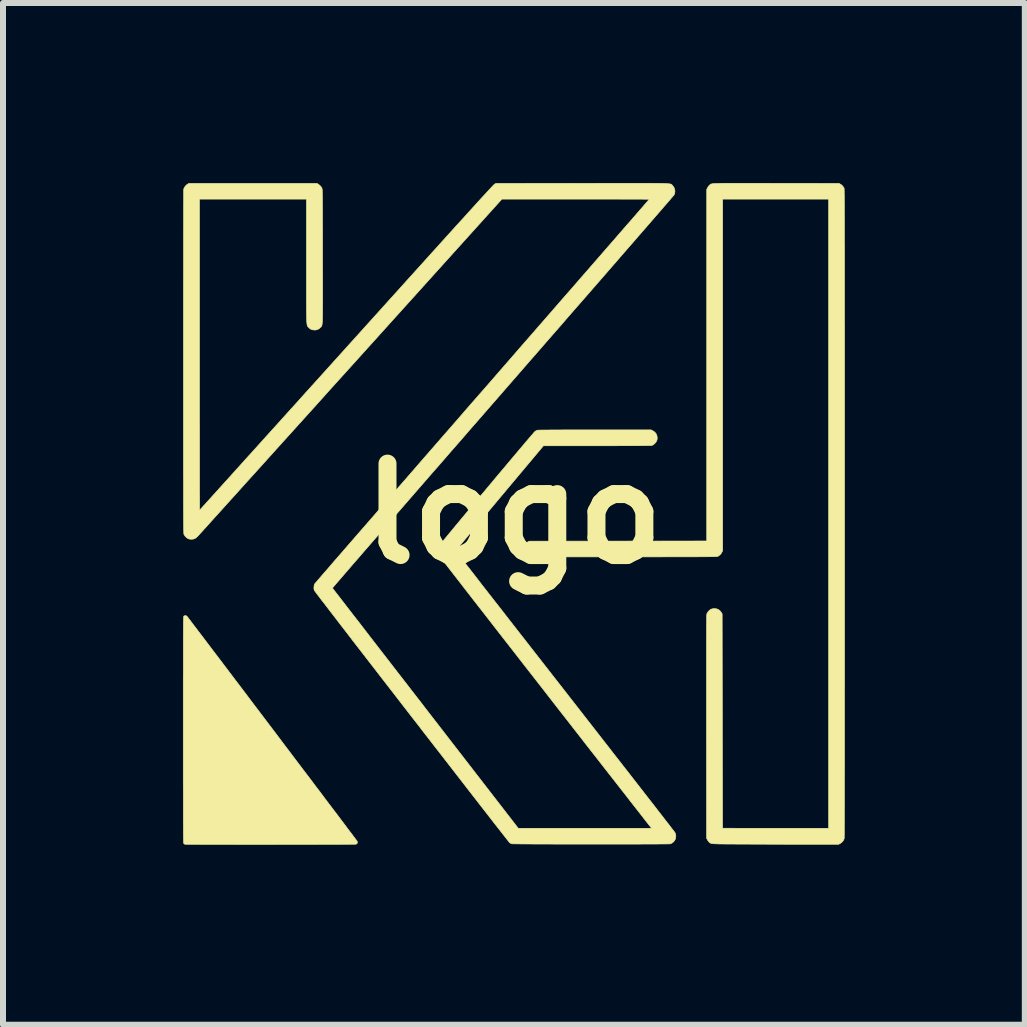
<source format=kicad_pcb>
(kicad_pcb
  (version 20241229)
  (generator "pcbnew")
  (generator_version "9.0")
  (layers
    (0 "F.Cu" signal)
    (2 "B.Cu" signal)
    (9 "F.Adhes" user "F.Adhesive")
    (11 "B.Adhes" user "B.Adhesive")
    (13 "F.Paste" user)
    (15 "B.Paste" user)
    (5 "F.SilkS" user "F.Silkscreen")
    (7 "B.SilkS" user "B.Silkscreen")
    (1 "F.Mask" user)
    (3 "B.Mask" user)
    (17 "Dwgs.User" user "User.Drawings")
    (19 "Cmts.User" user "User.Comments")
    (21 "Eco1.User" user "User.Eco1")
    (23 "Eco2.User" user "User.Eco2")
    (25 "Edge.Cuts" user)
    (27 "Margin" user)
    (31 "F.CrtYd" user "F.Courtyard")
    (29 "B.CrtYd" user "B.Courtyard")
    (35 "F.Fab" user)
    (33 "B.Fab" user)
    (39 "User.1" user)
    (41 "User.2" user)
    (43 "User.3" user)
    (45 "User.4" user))
  (footprint "logo"
    (layer "F.Cu")
    (at 5.514 5.513)
    (property "Reference" "logo" (at 0 0 0) (layer "F.SilkS") (effects (font (size 1.524 1.524) (thickness 0.3))))
    (attr through_hole)
    (fp_poly (pts (xy -5.465 1.7) (xy -5.449 1.708) (xy -5.447 1.711) (xy -5.443 1.716) (xy -5.432 1.729) (xy -5.416 1.751) (xy -5.394 1.779) (xy -5.367 1.815) (xy -5.335 1.858) (xy -5.297 1.907) (xy -5.256 1.962) (xy -5.209 2.023) (xy -5.159 2.089) (xy -5.105 2.161) (xy -5.047 2.237) (xy -4.986 2.318) (xy -4.921 2.403) (xy -4.854 2.491) (xy -4.784 2.584) (xy -4.712 2.679) (xy -4.638 2.777) (xy -4.561 2.878) (xy -4.483 2.981) (xy -4.404 3.086) (xy -4.324 3.192) (xy -4.242 3.3) (xy -4.16 3.408) (xy -4.078 3.517) (xy -3.995 3.626) (xy -3.913 3.735) (xy -3.831 3.844) (xy -3.749 3.952) (xy -3.669 4.058) (xy -3.589 4.164) (xy -3.511 4.267) (xy -3.434 4.368) (xy -3.359 4.467) (xy -3.287 4.563) (xy -3.216 4.656) (xy -3.149 4.746) (xy -3.084 4.832) (xy -3.022 4.914) (xy -2.963 4.991) (xy -2.908 5.064) (xy -2.857 5.132) (xy -2.81 5.194) (xy -2.768 5.251) (xy -2.73 5.301) (xy -2.696 5.345) (xy -2.668 5.383) (xy -2.645 5.413) (xy -2.628 5.436) (xy -2.617 5.451) (xy -2.611 5.459) (xy -2.611 5.459) (xy -2.606 5.477) (xy -2.61 5.494) (xy -2.622 5.506) (xy -2.628 5.509) (xy -2.634 5.509) (xy -2.65 5.51) (xy -2.676 5.51) (xy -2.711 5.51) (xy -2.754 5.511) (xy -2.805 5.511) (xy -2.864 5.511) (xy -2.93 5.512) (xy -3.002 5.512) (xy -3.079 5.512) (xy -3.162 5.512) (xy -3.25 5.512) (xy -3.342 5.513) (xy -3.437 5.513) (xy -3.536 5.513) (xy -3.638 5.513) (xy -3.741 5.513) (xy -3.846 5.513) (xy -3.952 5.513) (xy -4.059 5.514) (xy -4.166 5.514) (xy -4.272 5.514) (xy -4.377 5.514) (xy -4.48 5.514) (xy -4.581 5.514) (xy -4.68 5.513) (xy -4.775 5.513) (xy -4.867 5.513) (xy -4.954 5.513) (xy -5.037 5.513) (xy -5.114 5.513) (xy -5.185 5.513) (xy -5.25 5.512) (xy -5.308 5.512) (xy -5.359 5.512) (xy -5.402 5.512) (xy -5.436 5.511) (xy -5.461 5.511) (xy -5.477 5.511) (xy -5.482 5.51) (xy -5.493 5.504) (xy -5.499 5.499) (xy -5.5 5.498) (xy -5.501 5.496) (xy -5.502 5.493) (xy -5.502 5.488) (xy -5.503 5.482) (xy -5.504 5.473) (xy -5.504 5.462) (xy -5.505 5.448) (xy -5.505 5.431) (xy -5.506 5.41) (xy -5.506 5.386) (xy -5.506 5.357) (xy -5.507 5.324) (xy -5.507 5.286) (xy -5.507 5.243) (xy -5.507 5.195) (xy -5.508 5.141) (xy -5.508 5.081) (xy -5.508 5.015) (xy -5.508 4.942) (xy -5.508 4.861) (xy -5.508 4.774) (xy -5.508 4.679) (xy -5.508 4.575) (xy -5.509 4.464) (xy -5.509 4.344) (xy -5.509 4.215) (xy -5.509 4.076) (xy -5.509 3.928) (xy -5.509 3.77) (xy -5.509 3.604) (xy -5.509 3.436) (xy -5.509 3.278) (xy -5.509 3.13) (xy -5.509 2.992) (xy -5.509 2.863) (xy -5.509 2.743) (xy -5.508 2.632) (xy -5.508 2.529) (xy -5.508 2.434) (xy -5.508 2.346) (xy -5.508 2.266) (xy -5.508 2.193) (xy -5.508 2.127) (xy -5.508 2.067) (xy -5.507 2.013) (xy -5.507 1.965) (xy -5.507 1.922) (xy -5.507 1.885) (xy -5.506 1.852) (xy -5.506 1.823) (xy -5.506 1.799) (xy -5.505 1.778) (xy -5.505 1.761) (xy -5.504 1.747) (xy -5.504 1.735) (xy -5.503 1.726) (xy -5.502 1.72) (xy -5.502 1.715) (xy -5.501 1.711) (xy -5.5 1.709) (xy -5.499 1.708) (xy -5.499 1.707) (xy -5.483 1.7) (xy -5.465 1.7)) (stroke (width 0.01) (type solid)) (fill yes) (layer "F.SilkS"))
    (fp_poly (pts (xy 3.899 -5.508) (xy 3.992 -5.508) (xy 4.094 -5.508) (xy 4.205 -5.508) (xy 4.327 -5.507) (xy 4.376 -5.507) (xy 5.421 -5.506) (xy 5.443 -5.494) (xy 5.467 -5.478) (xy 5.488 -5.455) (xy 5.504 -5.431) (xy 5.507 -5.426) (xy 5.507 -5.424) (xy 5.507 -5.419) (xy 5.508 -5.412) (xy 5.508 -5.402) (xy 5.508 -5.388) (xy 5.509 -5.372) (xy 5.509 -5.352) (xy 5.509 -5.329) (xy 5.51 -5.302) (xy 5.51 -5.27) (xy 5.51 -5.235) (xy 5.51 -5.196) (xy 5.511 -5.152) (xy 5.511 -5.103) (xy 5.511 -5.05) (xy 5.511 -4.991) (xy 5.512 -4.928) (xy 5.512 -4.859) (xy 5.512 -4.784) (xy 5.512 -4.704) (xy 5.512 -4.618) (xy 5.512 -4.525) (xy 5.513 -4.427) (xy 5.513 -4.322) (xy 5.513 -4.21) (xy 5.513 -4.092) (xy 5.513 -3.966) (xy 5.513 -3.834) (xy 5.513 -3.694) (xy 5.513 -3.546) (xy 5.513 -3.391) (xy 5.513 -3.228) (xy 5.514 -3.057) (xy 5.514 -2.878) (xy 5.514 -2.69) (xy 5.514 -2.494) (xy 5.514 -2.288) (xy 5.514 -2.074) (xy 5.514 -1.851) (xy 5.514 -1.619) (xy 5.514 -1.377) (xy 5.514 -1.125) (xy 5.514 -0.863) (xy 5.514 -0.592) (xy 5.514 -0.31) (xy 5.514 -0.018) (xy 5.514 -0.004) (xy 5.514 0.301) (xy 5.514 0.595) (xy 5.514 0.879) (xy 5.514 1.153) (xy 5.514 1.416) (xy 5.514 1.67) (xy 5.514 1.914) (xy 5.514 2.149) (xy 5.514 2.373) (xy 5.514 2.589) (xy 5.514 2.796) (xy 5.513 2.993) (xy 5.513 3.182) (xy 5.513 3.361) (xy 5.513 3.532) (xy 5.513 3.695) (xy 5.513 3.849) (xy 5.513 3.996) (xy 5.513 4.134) (xy 5.513 4.264) (xy 5.512 4.386) (xy 5.512 4.501) (xy 5.512 4.608) (xy 5.512 4.708) (xy 5.512 4.8) (xy 5.512 4.886) (xy 5.511 4.965) (xy 5.511 5.036) (xy 5.511 5.102) (xy 5.511 5.16) (xy 5.51 5.213) (xy 5.51 5.259) (xy 5.51 5.299) (xy 5.51 5.333) (xy 5.509 5.361) (xy 5.509 5.383) (xy 5.509 5.4) (xy 5.508 5.412) (xy 5.508 5.418) (xy 5.508 5.419) (xy 5.491 5.453) (xy 5.466 5.48) (xy 5.444 5.496) (xy 5.416 5.511) (xy 5.064 5.511) (xy 5.013 5.511) (xy 4.953 5.511) (xy 4.884 5.511) (xy 4.807 5.511) (xy 4.725 5.511) (xy 4.637 5.511) (xy 4.546 5.511) (xy 4.452 5.51) (xy 4.355 5.51) (xy 4.259 5.51) (xy 4.162 5.509) (xy 4.067 5.509) (xy 4.008 5.509) (xy 3.907 5.508) (xy 3.816 5.508) (xy 3.735 5.508) (xy 3.662 5.507) (xy 3.598 5.507) (xy 3.542 5.507) (xy 3.493 5.506) (xy 3.45 5.506) (xy 3.414 5.505) (xy 3.384 5.504) (xy 3.358 5.503) (xy 3.337 5.502) (xy 3.32 5.501) (xy 3.307 5.499) (xy 3.297 5.497) (xy 3.288 5.495) (xy 3.282 5.493) (xy 3.277 5.49) (xy 3.273 5.487) (xy 3.269 5.484) (xy 3.264 5.48) (xy 3.262 5.479) (xy 3.25 5.467) (xy 3.237 5.45) (xy 3.23 5.439) (xy 3.215 5.411) (xy 3.213 3.553) (xy 3.213 3.376) (xy 3.213 3.21) (xy 3.213 3.054) (xy 3.213 2.907) (xy 3.213 2.77) (xy 3.213 2.642) (xy 3.213 2.524) (xy 3.213 2.414) (xy 3.213 2.313) (xy 3.213 2.221) (xy 3.213 2.137) (xy 3.213 2.06) (xy 3.214 1.992) (xy 3.214 1.93) (xy 3.214 1.876) (xy 3.215 1.829) (xy 3.215 1.789) (xy 3.215 1.755) (xy 3.216 1.727) (xy 3.216 1.705) (xy 3.217 1.689) (xy 3.217 1.679) (xy 3.218 1.674) (xy 3.218 1.673) (xy 3.228 1.651) (xy 3.245 1.628) (xy 3.265 1.608) (xy 3.286 1.593) (xy 3.289 1.592) (xy 3.314 1.585) (xy 3.344 1.582) (xy 3.381 1.586) (xy 3.413 1.599) (xy 3.439 1.62) (xy 3.461 1.648) (xy 3.474 1.67) (xy 3.477 3.455) (xy 3.477 3.592) (xy 3.477 3.726) (xy 3.478 3.857) (xy 3.478 3.985) (xy 3.478 4.108) (xy 3.478 4.228) (xy 3.479 4.342) (xy 3.479 4.452) (xy 3.479 4.556) (xy 3.479 4.655) (xy 3.479 4.747) (xy 3.48 4.832) (xy 3.48 4.911) (xy 3.48 4.982) (xy 3.48 5.046) (xy 3.48 5.101) (xy 3.48 5.148) (xy 3.481 5.186) (xy 3.481 5.214) (xy 3.481 5.233) (xy 3.481 5.242) (xy 3.481 5.243) (xy 3.486 5.243) (xy 3.502 5.243) (xy 3.526 5.243) (xy 3.56 5.243) (xy 3.602 5.243) (xy 3.652 5.243) (xy 3.71 5.244) (xy 3.774 5.244) (xy 3.844 5.244) (xy 3.92 5.244) (xy 4.001 5.244) (xy 4.086 5.244) (xy 4.176 5.244) (xy 4.269 5.244) (xy 4.364 5.244) (xy 5.249 5.244) (xy 5.249 -5.244) (xy 3.482 -5.244) (xy 3.482 -2.314) (xy 3.482 0.616) (xy 3.469 0.643) (xy 3.453 0.67) (xy 3.429 0.693) (xy 3.404 0.71) (xy 3.399 0.712) (xy 3.396 0.713) (xy 3.39 0.714) (xy 3.382 0.714) (xy 3.37 0.715) (xy 3.354 0.716) (xy 3.334 0.716) (xy 3.31 0.717) (xy 3.281 0.717) (xy 3.247 0.717) (xy 3.207 0.718) (xy 3.162 0.718) (xy 3.111 0.718) (xy 3.054 0.719) (xy 2.989 0.719) (xy 2.918 0.719) (xy 2.84 0.719) (xy 2.753 0.719) (xy 2.659 0.719) (xy 2.556 0.719) (xy 2.444 0.72) (xy 2.324 0.72) (xy 2.194 0.72) (xy 2.054 0.72) (xy 1.904 0.72) (xy 1.82 0.72) (xy 0.259 0.72) (xy 0.233 0.707) (xy 0.203 0.686) (xy 0.181 0.66) (xy 0.167 0.631) (xy 0.161 0.599) (xy 0.163 0.567) (xy 0.172 0.535) (xy 0.19 0.506) (xy 0.216 0.482) (xy 0.235 0.469) (xy 0.257 0.458) (xy 3.217 0.455) (xy 3.217 -5.406) (xy 3.231 -5.434) (xy 3.242 -5.452) (xy 3.256 -5.47) (xy 3.264 -5.477) (xy 3.268 -5.481) (xy 3.272 -5.484) (xy 3.275 -5.487) (xy 3.279 -5.49) (xy 3.284 -5.493) (xy 3.289 -5.495) (xy 3.297 -5.497) (xy 3.306 -5.499) (xy 3.318 -5.501) (xy 3.333 -5.502) (xy 3.351 -5.503) (xy 3.373 -5.504) (xy 3.399 -5.505) (xy 3.43 -5.506) (xy 3.466 -5.507) (xy 3.508 -5.507) (xy 3.555 -5.508) (xy 3.609 -5.508) (xy 3.67 -5.508) (xy 3.739 -5.508) (xy 3.815 -5.508) (xy 3.899 -5.508)) (stroke (width 0.01) (type solid)) (fill yes) (layer "F.SilkS"))
    (fp_poly (pts (xy 2.056 -5.508) (xy 2.133 -5.508) (xy 2.202 -5.508) (xy 2.265 -5.508) (xy 2.321 -5.507) (xy 2.371 -5.507) (xy 2.415 -5.506) (xy 2.453 -5.506) (xy 2.487 -5.505) (xy 2.516 -5.504) (xy 2.541 -5.503) (xy 2.562 -5.501) (xy 2.58 -5.5) (xy 2.594 -5.498) (xy 2.606 -5.497) (xy 2.615 -5.495) (xy 2.622 -5.493) (xy 2.627 -5.49) (xy 2.631 -5.488) (xy 2.635 -5.485) (xy 2.637 -5.482) (xy 2.64 -5.478) (xy 2.643 -5.475) (xy 2.646 -5.471) (xy 2.648 -5.469) (xy 2.67 -5.44) (xy 2.683 -5.407) (xy 2.687 -5.372) (xy 2.682 -5.337) (xy 2.673 -5.315) (xy 2.669 -5.31) (xy 2.658 -5.297) (xy 2.641 -5.277) (xy 2.617 -5.249) (xy 2.587 -5.214) (xy 2.551 -5.172) (xy 2.508 -5.123) (xy 2.46 -5.067) (xy 2.406 -5.005) (xy 2.347 -4.937) (xy 2.283 -4.863) (xy 2.213 -4.782) (xy 2.138 -4.696) (xy 2.059 -4.605) (xy 1.975 -4.508) (xy 1.886 -4.406) (xy 1.793 -4.299) (xy 1.696 -4.187) (xy 1.595 -4.071) (xy 1.49 -3.95) (xy 1.381 -3.825) (xy 1.269 -3.696) (xy 1.153 -3.563) (xy 1.034 -3.427) (xy 0.912 -3.287) (xy 0.788 -3.143) (xy 0.66 -2.997) (xy 0.53 -2.848) (xy 0.398 -2.696) (xy 0.263 -2.542) (xy 0.127 -2.385) (xy -0.012 -2.226) (xy -0.152 -2.065) (xy -0.182 -2.03) (xy -0.368 -1.817) (xy -0.547 -1.611) (xy -0.721 -1.412) (xy -0.888 -1.219) (xy -1.05 -1.034) (xy -1.205 -0.855) (xy -1.355 -0.684) (xy -1.498 -0.519) (xy -1.635 -0.362) (xy -1.766 -0.211) (xy -1.89 -0.068) (xy -2.009 0.068) (xy -2.121 0.197) (xy -2.226 0.318) (xy -2.326 0.433) (xy -2.418 0.539) (xy -2.505 0.639) (xy -2.584 0.731) (xy -2.658 0.815) (xy -2.724 0.892) (xy -2.784 0.962) (xy -2.838 1.024) (xy -2.884 1.078) (xy -2.924 1.124) (xy -2.958 1.163) (xy -2.984 1.194) (xy -3.004 1.217) (xy -3.016 1.232) (xy -3.022 1.24) (xy -3.022 1.24) (xy -3.019 1.245) (xy -3.009 1.257) (xy -2.993 1.278) (xy -2.972 1.306) (xy -2.944 1.341) (xy -2.911 1.384) (xy -2.873 1.433) (xy -2.83 1.489) (xy -2.782 1.551) (xy -2.729 1.62) (xy -2.672 1.694) (xy -2.61 1.773) (xy -2.544 1.858) (xy -2.475 1.948) (xy -2.402 2.043) (xy -2.325 2.142) (xy -2.245 2.246) (xy -2.162 2.353) (xy -2.076 2.464) (xy -1.987 2.579) (xy -1.896 2.697) (xy -1.802 2.818) (xy -1.707 2.941) (xy -1.609 3.067) (xy -1.51 3.195) (xy -1.472 3.245) (xy 0.075 5.244) (xy 2.297 5.244) (xy 2.282 5.224) (xy 2.204 5.125) (xy 2.124 5.022) (xy 2.04 4.915) (xy 1.954 4.805) (xy 1.866 4.691) (xy 1.775 4.575) (xy 1.682 4.456) (xy 1.587 4.335) (xy 1.491 4.212) (xy 1.394 4.087) (xy 1.295 3.961) (xy 1.195 3.833) (xy 1.095 3.704) (xy 0.994 3.575) (xy 0.893 3.445) (xy 0.791 3.315) (xy 0.69 3.185) (xy 0.589 3.055) (xy 0.489 2.926) (xy 0.389 2.798) (xy 0.29 2.671) (xy 0.192 2.546) (xy 0.096 2.422) (xy 0.001 2.3) (xy -0.092 2.181) (xy -0.183 2.064) (xy -0.272 1.95) (xy -0.358 1.839) (xy -0.442 1.731) (xy -0.523 1.627) (xy -0.601 1.527) (xy -0.676 1.431) (xy -0.747 1.339) (xy -0.815 1.252) (xy -0.878 1.17) (xy -0.938 1.093) (xy -0.993 1.022) (xy -1.044 0.956) (xy -1.09 0.897) (xy -1.132 0.843) (xy -1.168 0.797) (xy -1.199 0.757) (xy -1.224 0.724) (xy -1.243 0.699) (xy -1.257 0.681) (xy -1.264 0.671) (xy -1.265 0.67) (xy -1.274 0.638) (xy -1.275 0.605) (xy -1.268 0.572) (xy -1.261 0.556) (xy -1.256 0.55) (xy -1.245 0.536) (xy -1.228 0.515) (xy -1.205 0.486) (xy -1.176 0.452) (xy -1.143 0.412) (xy -1.105 0.366) (xy -1.063 0.315) (xy -1.017 0.26) (xy -0.968 0.2) (xy -0.915 0.137) (xy -0.86 0.07) (xy -0.802 0.001) (xy -0.742 -0.071) (xy -0.68 -0.144) (xy -0.618 -0.22) (xy -0.554 -0.296) (xy -0.489 -0.373) (xy -0.425 -0.45) (xy -0.36 -0.527) (xy -0.297 -0.603) (xy -0.234 -0.678) (xy -0.172 -0.751) (xy -0.112 -0.823) (xy -0.054 -0.892) (xy 0.002 -0.958) (xy 0.055 -1.021) (xy 0.104 -1.08) (xy 0.151 -1.134) (xy 0.193 -1.185) (xy 0.232 -1.23) (xy 0.265 -1.269) (xy 0.294 -1.303) (xy 0.318 -1.33) (xy 0.335 -1.351) (xy 0.347 -1.364) (xy 0.352 -1.369) (xy 0.369 -1.381) (xy 0.387 -1.39) (xy 0.391 -1.391) (xy 0.397 -1.392) (xy 0.409 -1.393) (xy 0.428 -1.393) (xy 0.453 -1.394) (xy 0.485 -1.394) (xy 0.525 -1.395) (xy 0.573 -1.395) (xy 0.628 -1.396) (xy 0.692 -1.396) (xy 0.765 -1.396) (xy 0.846 -1.397) (xy 0.936 -1.397) (xy 1.036 -1.397) (xy 1.146 -1.397) (xy 1.266 -1.397) (xy 1.35 -1.397) (xy 2.289 -1.397) (xy 2.315 -1.384) (xy 2.346 -1.364) (xy 2.37 -1.338) (xy 2.385 -1.306) (xy 2.392 -1.27) (xy 2.389 -1.233) (xy 2.385 -1.22) (xy 2.375 -1.2) (xy 2.359 -1.179) (xy 2.338 -1.159) (xy 2.317 -1.144) (xy 2.304 -1.139) (xy 2.299 -1.138) (xy 2.288 -1.137) (xy 2.273 -1.136) (xy 2.252 -1.136) (xy 2.226 -1.135) (xy 2.193 -1.135) (xy 2.153 -1.134) (xy 2.107 -1.134) (xy 2.052 -1.133) (xy 1.991 -1.133) (xy 1.921 -1.133) (xy 1.842 -1.133) (xy 1.754 -1.133) (xy 1.658 -1.132) (xy 1.551 -1.132) (xy 1.435 -1.132) (xy 1.388 -1.132) (xy 0.495 -1.132) (xy -0.237 -0.259) (xy -0.307 -0.175) (xy -0.375 -0.094) (xy -0.441 -0.015) (xy -0.505 0.061) (xy -0.566 0.134) (xy -0.624 0.203) (xy -0.678 0.268) (xy -0.729 0.329) (xy -0.776 0.385) (xy -0.818 0.436) (xy -0.856 0.482) (xy -0.889 0.521) (xy -0.917 0.555) (xy -0.939 0.581) (xy -0.956 0.601) (xy -0.966 0.613) (xy -0.97 0.618) (xy -0.97 0.618) (xy -0.967 0.623) (xy -0.957 0.635) (xy -0.941 0.655) (xy -0.92 0.683) (xy -0.893 0.719) (xy -0.86 0.761) (xy -0.821 0.811) (xy -0.778 0.867) (xy -0.729 0.929) (xy -0.675 0.998) (xy -0.617 1.073) (xy -0.555 1.154) (xy -0.488 1.24) (xy -0.417 1.331) (xy -0.342 1.427) (xy -0.263 1.528) (xy -0.18 1.634) (xy -0.095 1.744) (xy -0.006 1.858) (xy 0.086 1.976) (xy 0.181 2.097) (xy 0.278 2.222) (xy 0.378 2.35) (xy 0.48 2.481) (xy 0.585 2.615) (xy 0.691 2.751) (xy 0.799 2.889) (xy 0.852 2.957) (xy 0.961 3.097) (xy 1.068 3.234) (xy 1.173 3.369) (xy 1.277 3.502) (xy 1.378 3.632) (xy 1.477 3.759) (xy 1.574 3.883) (xy 1.667 4.003) (xy 1.758 4.119) (xy 1.846 4.232) (xy 1.931 4.341) (xy 2.012 4.445) (xy 2.089 4.544) (xy 2.163 4.639) (xy 2.232 4.728) (xy 2.298 4.812) (xy 2.359 4.891) (xy 2.415 4.964) (xy 2.467 5.03) (xy 2.514 5.091) (xy 2.555 5.144) (xy 2.592 5.191) (xy 2.622 5.231) (xy 2.648 5.264) (xy 2.667 5.289) (xy 2.68 5.306) (xy 2.687 5.316) (xy 2.688 5.317) (xy 2.699 5.348) (xy 2.702 5.382) (xy 2.696 5.416) (xy 2.688 5.437) (xy 2.67 5.463) (xy 2.647 5.484) (xy 2.62 5.5) (xy 2.61 5.503) (xy 2.603 5.504) (xy 2.585 5.504) (xy 2.558 5.505) (xy 2.523 5.505) (xy 2.478 5.506) (xy 2.427 5.506) (xy 2.367 5.507) (xy 2.302 5.507) (xy 2.23 5.507) (xy 2.152 5.507) (xy 2.07 5.508) (xy 1.983 5.508) (xy 1.892 5.508) (xy 1.798 5.508) (xy 1.7 5.508) (xy 1.601 5.508) (xy 1.5 5.508) (xy 1.398 5.508) (xy 1.295 5.508) (xy 1.192 5.508) (xy 1.09 5.508) (xy 0.989 5.508) (xy 0.889 5.508) (xy 0.792 5.508) (xy 0.697 5.508) (xy 0.606 5.507) (xy 0.518 5.507) (xy 0.435 5.507) (xy 0.357 5.507) (xy 0.284 5.506) (xy 0.217 5.506) (xy 0.157 5.505) (xy 0.104 5.505) (xy 0.059 5.504) (xy 0.022 5.504) (xy -0.006 5.503) (xy -0.025 5.503) (xy -0.034 5.502) (xy -0.034 5.502) (xy -0.05 5.495) (xy -0.066 5.486) (xy -0.068 5.485) (xy -0.072 5.48) (xy -0.083 5.467) (xy -0.099 5.446) (xy -0.121 5.418) (xy -0.149 5.383) (xy -0.182 5.34) (xy -0.22 5.292) (xy -0.263 5.237) (xy -0.311 5.176) (xy -0.363 5.109) (xy -0.418 5.038) (xy -0.478 4.961) (xy -0.542 4.879) (xy -0.608 4.794) (xy -0.678 4.704) (xy -0.751 4.61) (xy -0.826 4.513) (xy -0.904 4.412) (xy -0.984 4.309) (xy -1.066 4.203) (xy -1.15 4.095) (xy -1.235 3.985) (xy -1.322 3.874) (xy -1.409 3.761) (xy -1.498 3.647) (xy -1.586 3.532) (xy -1.676 3.417) (xy -1.765 3.302) (xy -1.854 3.187) (xy -1.942 3.073) (xy -2.03 2.959) (xy -2.117 2.847) (xy -2.203 2.736) (xy -2.287 2.627) (xy -2.37 2.52) (xy -2.451 2.415) (xy -2.53 2.313) (xy -2.607 2.214) (xy -2.681 2.118) (xy -2.752 2.025) (xy -2.82 1.937) (xy -2.885 1.853) (xy -2.946 1.773) (xy -3.004 1.698) (xy -3.058 1.628) (xy -3.107 1.564) (xy -3.152 1.505) (xy -3.193 1.453) (xy -3.228 1.406) (xy -3.258 1.367) (xy -3.283 1.334) (xy -3.302 1.309) (xy -3.315 1.291) (xy -3.323 1.281) (xy -3.324 1.279) (xy -3.33 1.257) (xy -3.331 1.229) (xy -3.328 1.201) (xy -3.322 1.177) (xy -3.319 1.172) (xy -3.315 1.167) (xy -3.305 1.154) (xy -3.287 1.134) (xy -3.263 1.106) (xy -3.233 1.071) (xy -3.197 1.029) (xy -3.155 0.98) (xy -3.106 0.925) (xy -3.053 0.863) (xy -2.994 0.794) (xy -2.929 0.72) (xy -2.86 0.64) (xy -2.785 0.554) (xy -2.706 0.463) (xy -2.622 0.366) (xy -2.533 0.264) (xy -2.44 0.157) (xy -2.343 0.046) (xy -2.243 -0.07) (xy -2.138 -0.191) (xy -2.029 -0.315) (xy -1.918 -0.444) (xy -1.802 -0.576) (xy -1.684 -0.712) (xy -1.563 -0.852) (xy -1.439 -0.994) (xy -1.312 -1.14) (xy -1.183 -1.288) (xy -1.051 -1.439) (xy -0.917 -1.593) (xy -0.782 -1.749) (xy -0.644 -1.907) (xy -0.524 -2.044) (xy -0.385 -2.203) (xy -0.248 -2.361) (xy -0.113 -2.516) (xy 0.02 -2.669) (xy 0.151 -2.82) (xy 0.28 -2.967) (xy 0.406 -3.112) (xy 0.53 -3.254) (xy 0.65 -3.392) (xy 0.768 -3.528) (xy 0.882 -3.659) (xy 0.994 -3.786) (xy 1.101 -3.91) (xy 1.205 -4.029) (xy 1.305 -4.144) (xy 1.401 -4.254) (xy 1.493 -4.36) (xy 1.58 -4.46) (xy 1.663 -4.555) (xy 1.741 -4.645) (xy 1.815 -4.73) (xy 1.883 -4.809) (xy 1.947 -4.881) (xy 2.005 -4.948) (xy 2.057 -5.008) (xy 2.104 -5.062) (xy 2.145 -5.109) (xy 2.18 -5.15) (xy 2.209 -5.183) (xy 2.231 -5.209) (xy 2.247 -5.227) (xy 2.257 -5.238) (xy 2.26 -5.241) (xy 2.254 -5.242) (xy 2.239 -5.242) (xy 2.214 -5.242) (xy 2.18 -5.242) (xy 2.137 -5.243) (xy 2.086 -5.243) (xy 2.027 -5.243) (xy 1.961 -5.243) (xy 1.887 -5.243) (xy 1.808 -5.243) (xy 1.722 -5.244) (xy 1.631 -5.244) (xy 1.535 -5.244) (xy 1.435 -5.244) (xy 1.33 -5.244) (xy 1.222 -5.244) (xy 1.111 -5.244) (xy 1.031 -5.244) (xy -0.198 -5.244) (xy -2.707 -2.462) (xy -2.84 -2.315) (xy -2.972 -2.169) (xy -3.102 -2.025) (xy -3.229 -1.883) (xy -3.355 -1.743) (xy -3.478 -1.607) (xy -3.599 -1.473) (xy -3.717 -1.342) (xy -3.832 -1.215) (xy -3.944 -1.091) (xy -4.053 -0.97) (xy -4.158 -0.853) (xy -4.259 -0.741) (xy -4.357 -0.633) (xy -4.451 -0.529) (xy -4.54 -0.43) (xy -4.625 -0.335) (xy -4.706 -0.246) (xy -4.782 -0.162) (xy -4.852 -0.084) (xy -4.918 -0.011) (xy -4.979 0.056) (xy -5.034 0.117) (xy -5.083 0.172) (xy -5.126 0.22) (xy -5.164 0.261) (xy -5.195 0.296) (xy -5.22 0.323) (xy -5.238 0.343) (xy -5.25 0.356) (xy -5.254 0.361) (xy -5.279 0.386) (xy -5.301 0.405) (xy -5.32 0.416) (xy -5.34 0.423) (xy -5.363 0.425) (xy -5.374 0.426) (xy -5.399 0.424) (xy -5.419 0.42) (xy -5.432 0.414) (xy -5.457 0.397) (xy -5.48 0.372) (xy -5.497 0.346) (xy -5.497 0.344) (xy -5.498 0.342) (xy -5.499 0.339) (xy -5.499 0.335) (xy -5.5 0.328) (xy -5.5 0.32) (xy -5.501 0.309) (xy -5.501 0.296) (xy -5.502 0.28) (xy -5.502 0.261) (xy -5.502 0.239) (xy -5.503 0.213) (xy -5.503 0.184) (xy -5.503 0.15) (xy -5.504 0.112) (xy -5.504 0.069) (xy -5.504 0.021) (xy -5.504 -0.031) (xy -5.505 -0.089) (xy -5.505 -0.153) (xy -5.505 -0.223) (xy -5.505 -0.299) (xy -5.505 -0.381) (xy -5.505 -0.47) (xy -5.505 -0.566) (xy -5.506 -0.669) (xy -5.506 -0.78) (xy -5.506 -0.899) (xy -5.506 -1.025) (xy -5.506 -1.16) (xy -5.506 -1.303) (xy -5.506 -1.455) (xy -5.506 -1.616) (xy -5.506 -1.787) (xy -5.506 -1.967) (xy -5.506 -2.157) (xy -5.506 -2.357) (xy -5.506 -2.532) (xy -5.506 -2.706) (xy -5.506 -2.877) (xy -5.506 -3.045) (xy -5.506 -3.21) (xy -5.506 -3.371) (xy -5.506 -3.528) (xy -5.506 -3.682) (xy -5.506 -3.831) (xy -5.505 -3.975) (xy -5.505 -4.114) (xy -5.505 -4.248) (xy -5.505 -4.376) (xy -5.505 -4.498) (xy -5.505 -4.614) (xy -5.505 -4.723) (xy -5.504 -4.826) (xy -5.504 -4.921) (xy -5.504 -5.009) (xy -5.504 -5.088) (xy -5.504 -5.16) (xy -5.503 -5.223) (xy -5.503 -5.278) (xy -5.503 -5.323) (xy -5.503 -5.36) (xy -5.502 -5.386) (xy -5.502 -5.402) (xy -5.502 -5.409) (xy -5.492 -5.435) (xy -5.474 -5.461) (xy -5.452 -5.483) (xy -5.441 -5.49) (xy -5.416 -5.506) (xy -3.283 -5.506) (xy -3.262 -5.495) (xy -3.234 -5.474) (xy -3.21 -5.448) (xy -3.198 -5.427) (xy -3.197 -5.424) (xy -3.196 -5.42) (xy -3.195 -5.415) (xy -3.194 -5.409) (xy -3.193 -5.4) (xy -3.192 -5.389) (xy -3.192 -5.375) (xy -3.191 -5.358) (xy -3.191 -5.337) (xy -3.19 -5.311) (xy -3.19 -5.281) (xy -3.189 -5.246) (xy -3.189 -5.206) (xy -3.189 -5.159) (xy -3.188 -5.106) (xy -3.188 -5.046) (xy -3.188 -4.979) (xy -3.188 -4.905) (xy -3.188 -4.822) (xy -3.187 -4.731) (xy -3.187 -4.63) (xy -3.187 -4.521) (xy -3.187 -4.402) (xy -3.187 -4.294) (xy -3.187 -4.164) (xy -3.187 -4.045) (xy -3.186 -3.934) (xy -3.186 -3.834) (xy -3.186 -3.742) (xy -3.186 -3.658) (xy -3.186 -3.583) (xy -3.186 -3.515) (xy -3.186 -3.454) (xy -3.187 -3.4) (xy -3.187 -3.353) (xy -3.188 -3.311) (xy -3.188 -3.275) (xy -3.189 -3.244) (xy -3.19 -3.217) (xy -3.191 -3.195) (xy -3.193 -3.177) (xy -3.194 -3.162) (xy -3.196 -3.15) (xy -3.198 -3.14) (xy -3.2 -3.132) (xy -3.203 -3.127) (xy -3.206 -3.122) (xy -3.209 -3.118) (xy -3.212 -3.115) (xy -3.216 -3.111) (xy -3.219 -3.107) (xy -3.221 -3.106) (xy -3.246 -3.083) (xy -3.273 -3.069) (xy -3.303 -3.062) (xy -3.321 -3.062) (xy -3.355 -3.065) (xy -3.383 -3.075) (xy -3.408 -3.093) (xy -3.42 -3.106) (xy -3.424 -3.11) (xy -3.428 -3.114) (xy -3.431 -3.117) (xy -3.435 -3.121) (xy -3.437 -3.125) (xy -3.44 -3.131) (xy -3.442 -3.138) (xy -3.445 -3.148) (xy -3.446 -3.159) (xy -3.448 -3.174) (xy -3.45 -3.192) (xy -3.451 -3.214) (xy -3.452 -3.24) (xy -3.453 -3.271) (xy -3.453 -3.306) (xy -3.454 -3.348) (xy -3.454 -3.395) (xy -3.455 -3.449) (xy -3.455 -3.51) (xy -3.455 -3.578) (xy -3.455 -3.654) (xy -3.455 -3.738) (xy -3.455 -3.83) (xy -3.455 -3.932) (xy -3.455 -4.043) (xy -3.455 -4.165) (xy -3.455 -4.213) (xy -3.455 -5.244) (xy -5.239 -5.244) (xy -5.239 -2.651) (xy -5.239 -2.486) (xy -5.239 -2.324) (xy -5.239 -2.164) (xy -5.239 -2.008) (xy -5.239 -1.855) (xy -5.239 -1.707) (xy -5.239 -1.563) (xy -5.238 -1.423) (xy -5.238 -1.288) (xy -5.238 -1.159) (xy -5.238 -1.035) (xy -5.238 -0.917) (xy -5.238 -0.805) (xy -5.238 -0.699) (xy -5.238 -0.601) (xy -5.238 -0.509) (xy -5.238 -0.425) (xy -5.238 -0.349) (xy -5.237 -0.281) (xy -5.237 -0.221) (xy -5.237 -0.17) (xy -5.237 -0.129) (xy -5.237 -0.096) (xy -5.237 -0.074) (xy -5.237 -0.061) (xy -5.237 -0.058) (xy -5.233 -0.062) (xy -5.222 -0.074) (xy -5.205 -0.093) (xy -5.181 -0.119) (xy -5.151 -0.152) (xy -5.115 -0.192) (xy -5.072 -0.239) (xy -5.024 -0.293) (xy -4.97 -0.352) (xy -4.911 -0.418) (xy -4.847 -0.489) (xy -4.777 -0.566) (xy -4.702 -0.649) (xy -4.623 -0.737) (xy -4.539 -0.83) (xy -4.451 -0.928) (xy -4.358 -1.03) (xy -4.262 -1.137) (xy -4.162 -1.248) (xy -4.058 -1.363) (xy -3.95 -1.482) (xy -3.84 -1.605) (xy -3.726 -1.731) (xy -3.609 -1.86) (xy -3.49 -1.993) (xy -3.368 -2.128) (xy -3.243 -2.266) (xy -3.117 -2.406) (xy -2.988 -2.549) (xy -2.857 -2.694) (xy -2.789 -2.77) (xy -2.628 -2.948) (xy -2.474 -3.119) (xy -2.327 -3.282) (xy -2.187 -3.437) (xy -2.053 -3.586) (xy -1.925 -3.727) (xy -1.804 -3.862) (xy -1.689 -3.989) (xy -1.579 -4.111) (xy -1.476 -4.225) (xy -1.378 -4.334) (xy -1.285 -4.436) (xy -1.198 -4.533) (xy -1.116 -4.624) (xy -1.039 -4.709) (xy -0.967 -4.789) (xy -0.899 -4.863) (xy -0.836 -4.932) (xy -0.778 -4.997) (xy -0.724 -5.056) (xy -0.674 -5.111) (xy -0.628 -5.162) (xy -0.586 -5.208) (xy -0.548 -5.25) (xy -0.513 -5.288) (xy -0.481 -5.322) (xy -0.453 -5.353) (xy -0.428 -5.38) (xy -0.406 -5.404) (xy -0.387 -5.424) (xy -0.371 -5.442) (xy -0.357 -5.456) (xy -0.345 -5.469) (xy -0.336 -5.478) (xy -0.329 -5.485) (xy -0.323 -5.49) (xy -0.32 -5.493) (xy -0.318 -5.494) (xy -0.294 -5.506) (xy 1.138 -5.507) (xy 1.286 -5.507) (xy 1.423 -5.508) (xy 1.551 -5.508) (xy 1.67 -5.508) (xy 1.779 -5.508) (xy 1.879 -5.508) (xy 1.972 -5.508) (xy 2.056 -5.508)) (stroke (width 0.01) (type solid)) (fill yes) (layer "F.SilkS")))
  (gr_rect
    (start -3 -3)
    (end 14.033 14.032)
    (stroke (width 0.1) (type default))
    (fill no)
    (layer "Edge.Cuts")))
</source>
